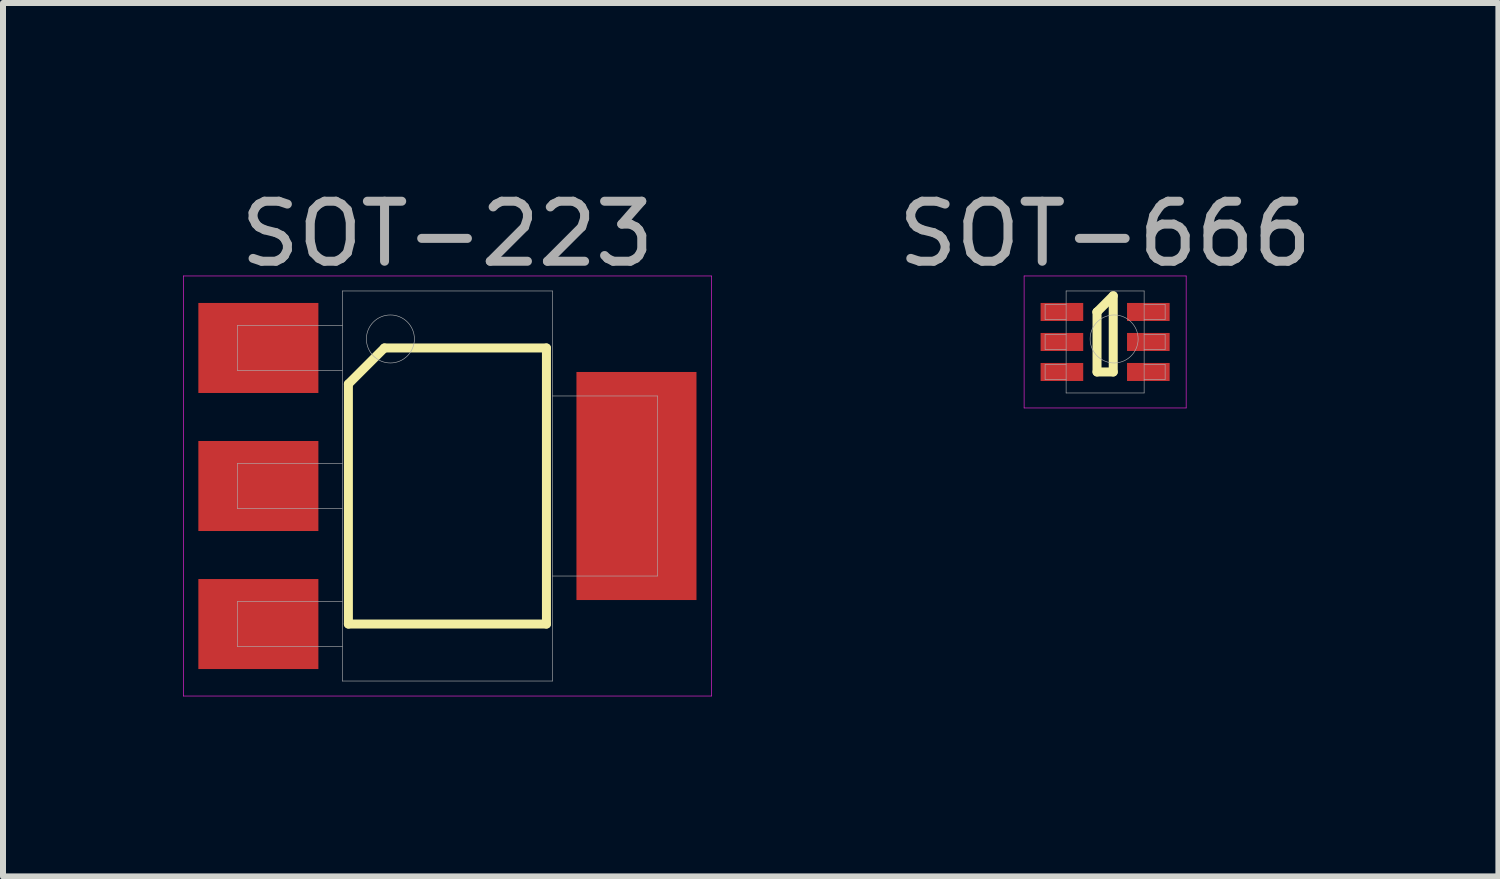
<source format=kicad_pcb>
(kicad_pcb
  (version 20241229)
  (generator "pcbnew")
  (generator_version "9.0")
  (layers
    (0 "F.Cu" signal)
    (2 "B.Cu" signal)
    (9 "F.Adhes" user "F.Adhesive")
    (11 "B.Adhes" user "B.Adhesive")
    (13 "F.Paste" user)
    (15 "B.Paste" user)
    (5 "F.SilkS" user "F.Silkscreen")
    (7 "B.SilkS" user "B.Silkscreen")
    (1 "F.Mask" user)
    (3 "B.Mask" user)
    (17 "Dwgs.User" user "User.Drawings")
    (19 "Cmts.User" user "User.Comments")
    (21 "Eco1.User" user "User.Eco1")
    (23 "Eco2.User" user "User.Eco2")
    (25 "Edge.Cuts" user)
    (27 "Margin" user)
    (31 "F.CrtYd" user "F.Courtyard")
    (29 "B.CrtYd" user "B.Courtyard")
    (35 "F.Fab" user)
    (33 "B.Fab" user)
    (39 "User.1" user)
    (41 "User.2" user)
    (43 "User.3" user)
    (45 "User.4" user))
  (footprint "SOT-223"
    (layer "F.Cu")
    (at 4.405 5.048)
    (property "Reference" "SOT-223" (at 0 -4.2 0) (layer "F.Fab") (effects (font (size 1 1) (thickness 0.15))))
    (attr through_hole)
    (fp_line (start -1.65 -1.7) (end -1.05 -2.3) (stroke (width 0.15) (type solid)) (layer "F.SilkS"))
    (fp_line (start -1.65 2.3) (end -1.65 -1.7) (stroke (width 0.15) (type solid)) (layer "F.SilkS"))
    (fp_line (start -1.05 -2.3) (end 1.65 -2.3) (stroke (width 0.15) (type solid)) (layer "F.SilkS"))
    (fp_line (start 1.65 -2.3) (end 1.65 2.3) (stroke (width 0.15) (type solid)) (layer "F.SilkS"))
    (fp_line (start 1.65 2.3) (end -1.65 2.3) (stroke (width 0.15) (type solid)) (layer "F.SilkS"))
    (fp_line (start -4.4 -3.5) (end 4.4 -3.5) (stroke (width 0.01) (type solid)) (layer "F.CrtYd"))
    (fp_line (start -4.4 3.5) (end -4.4 -3.5) (stroke (width 0.01) (type solid)) (layer "F.CrtYd"))
    (fp_line (start 4.4 -3.5) (end 4.4 3.5) (stroke (width 0.01) (type solid)) (layer "F.CrtYd"))
    (fp_line (start 4.4 3.5) (end -4.4 3.5) (stroke (width 0.01) (type solid)) (layer "F.CrtYd"))
    (fp_line (start -3.5 -2.675) (end -1.75 -2.675) (stroke (width 0.01) (type solid)) (layer "F.Fab"))
    (fp_line (start -3.5 -1.925) (end -3.5 -2.675) (stroke (width 0.01) (type solid)) (layer "F.Fab"))
    (fp_line (start -3.5 -0.375) (end -1.75 -0.375) (stroke (width 0.01) (type solid)) (layer "F.Fab"))
    (fp_line (start -3.5 0.375) (end -3.5 -0.375) (stroke (width 0.01) (type solid)) (layer "F.Fab"))
    (fp_line (start -3.5 1.925) (end -1.75 1.925) (stroke (width 0.01) (type solid)) (layer "F.Fab"))
    (fp_line (start -3.5 2.675) (end -3.5 1.925) (stroke (width 0.01) (type solid)) (layer "F.Fab"))
    (fp_line (start -1.75 -3.25) (end 1.75 -3.25) (stroke (width 0.01) (type solid)) (layer "F.Fab"))
    (fp_line (start -1.75 -1.925) (end -3.5 -1.925) (stroke (width 0.01) (type solid)) (layer "F.Fab"))
    (fp_line (start -1.75 0.375) (end -3.5 0.375) (stroke (width 0.01) (type solid)) (layer "F.Fab"))
    (fp_line (start -1.75 2.675) (end -3.5 2.675) (stroke (width 0.01) (type solid)) (layer "F.Fab"))
    (fp_line (start -1.75 3.25) (end -1.75 -3.25) (stroke (width 0.01) (type solid)) (layer "F.Fab"))
    (fp_line (start 1.75 -3.25) (end 1.75 3.25) (stroke (width 0.01) (type solid)) (layer "F.Fab"))
    (fp_line (start 1.75 -1.5) (end 3.5 -1.5) (stroke (width 0.01) (type solid)) (layer "F.Fab"))
    (fp_line (start 1.75 3.25) (end -1.75 3.25) (stroke (width 0.01) (type solid)) (layer "F.Fab"))
    (fp_line (start 3.5 -1.5) (end 3.5 1.5) (stroke (width 0.01) (type solid)) (layer "F.Fab"))
    (fp_line (start 3.5 1.5) (end 1.75 1.5) (stroke (width 0.01) (type solid)) (layer "F.Fab"))
    (fp_circle (center -0.95 -2.45) (end -0.95 -2.05) (stroke (width 0.01) (type solid)) (fill no) (layer "F.Fab"))
    (pad "1" smd rect (at -3.15 -2.3) (size 2 1.5) (layers "F.Cu" "F.Mask" "F.Paste"))
    (pad "2" smd rect (at -3.15 0) (size 2 1.5) (layers "F.Cu" "F.Mask" "F.Paste"))
    (pad "3" smd rect (at -3.15 2.3) (size 2 1.5) (layers "F.Cu" "F.Mask" "F.Paste"))
    (pad "4" smd rect (at 3.15 0) (size 2 3.8) (layers "F.Cu" "F.Mask" "F.Paste")))
  (footprint "SOT-666"
    (layer "F.Cu")
    (at 15.364 2.648)
    (property "Reference" "SOT-666" (at 0 -1.8 0) (layer "F.Fab") (effects (font (size 1 1) (thickness 0.15))))
    (attr smd)
    (fp_line (start -0.135 -0.5) (end -0.135 -0.5) (stroke (width 0.15) (type solid)) (layer "F.SilkS"))
    (fp_line (start -0.135 -0.5) (end -0.135 0.5) (stroke (width 0.15) (type solid)) (layer "F.SilkS"))
    (fp_line (start -0.135 0.5) (end 0.135 0.5) (stroke (width 0.15) (type solid)) (layer "F.SilkS"))
    (fp_line (start 0.135 -0.77) (end -0.135 -0.5) (stroke (width 0.15) (type solid)) (layer "F.SilkS"))
    (fp_line (start 0.135 0.5) (end 0.135 -0.77) (stroke (width 0.15) (type solid)) (layer "F.SilkS"))
    (fp_line (start -1.35 -1.1) (end 1.35 -1.1) (stroke (width 0.01) (type solid)) (layer "F.CrtYd"))
    (fp_line (start -1.35 1.1) (end -1.35 -1.1) (stroke (width 0.01) (type solid)) (layer "F.CrtYd"))
    (fp_line (start 1.35 -1.1) (end 1.35 1.1) (stroke (width 0.01) (type solid)) (layer "F.CrtYd"))
    (fp_line (start 1.35 1.1) (end -1.35 1.1) (stroke (width 0.01) (type solid)) (layer "F.CrtYd"))
    (fp_line (start -1 -0.625) (end -0.65 -0.625) (stroke (width 0.01) (type solid)) (layer "F.Fab"))
    (fp_line (start -1 -0.375) (end -1 -0.625) (stroke (width 0.01) (type solid)) (layer "F.Fab"))
    (fp_line (start -1 -0.125) (end -0.65 -0.125) (stroke (width 0.01) (type solid)) (layer "F.Fab"))
    (fp_line (start -1 0.125) (end -1 -0.125) (stroke (width 0.01) (type solid)) (layer "F.Fab"))
    (fp_line (start -1 0.375) (end -0.65 0.375) (stroke (width 0.01) (type solid)) (layer "F.Fab"))
    (fp_line (start -1 0.625) (end -1 0.375) (stroke (width 0.01) (type solid)) (layer "F.Fab"))
    (fp_line (start -0.65 -0.85) (end 0.65 -0.85) (stroke (width 0.01) (type solid)) (layer "F.Fab"))
    (fp_line (start -0.65 -0.375) (end -1 -0.375) (stroke (width 0.01) (type solid)) (layer "F.Fab"))
    (fp_line (start -0.65 0.125) (end -1 0.125) (stroke (width 0.01) (type solid)) (layer "F.Fab"))
    (fp_line (start -0.65 0.625) (end -1 0.625) (stroke (width 0.01) (type solid)) (layer "F.Fab"))
    (fp_line (start -0.65 0.85) (end -0.65 -0.85) (stroke (width 0.01) (type solid)) (layer "F.Fab"))
    (fp_line (start 0.65 -0.85) (end 0.65 0.85) (stroke (width 0.01) (type solid)) (layer "F.Fab"))
    (fp_line (start 0.65 -0.625) (end 1 -0.625) (stroke (width 0.01) (type solid)) (layer "F.Fab"))
    (fp_line (start 0.65 -0.125) (end 1 -0.125) (stroke (width 0.01) (type solid)) (layer "F.Fab"))
    (fp_line (start 0.65 0.375) (end 1 0.375) (stroke (width 0.01) (type solid)) (layer "F.Fab"))
    (fp_line (start 0.65 0.85) (end -0.65 0.85) (stroke (width 0.01) (type solid)) (layer "F.Fab"))
    (fp_line (start 1 -0.625) (end 1 -0.375) (stroke (width 0.01) (type solid)) (layer "F.Fab"))
    (fp_line (start 1 -0.375) (end 0.65 -0.375) (stroke (width 0.01) (type solid)) (layer "F.Fab"))
    (fp_line (start 1 -0.125) (end 1 0.125) (stroke (width 0.01) (type solid)) (layer "F.Fab"))
    (fp_line (start 1 0.125) (end 0.65 0.125) (stroke (width 0.01) (type solid)) (layer "F.Fab"))
    (fp_line (start 1 0.375) (end 1 0.625) (stroke (width 0.01) (type solid)) (layer "F.Fab"))
    (fp_line (start 1 0.625) (end 0.65 0.625) (stroke (width 0.01) (type solid)) (layer "F.Fab"))
    (fp_circle (center 0.15 -0.05) (end 0.15 0.35) (stroke (width 0.01) (type solid)) (fill no) (layer "F.Fab"))
    (pad "1" smd rect (at -0.72 -0.5) (size 0.71 0.3) (layers "F.Cu" "F.Mask" "F.Paste"))
    (pad "2" smd rect (at -0.72 0) (size 0.71 0.3) (layers "F.Cu" "F.Mask" "F.Paste"))
    (pad "3" smd rect (at -0.72 0.5) (size 0.71 0.3) (layers "F.Cu" "F.Mask" "F.Paste"))
    (pad "4" smd rect (at 0.72 0.5) (size 0.71 0.3) (layers "F.Cu" "F.Mask" "F.Paste"))
    (pad "5" smd rect (at 0.72 0) (size 0.71 0.3) (layers "F.Cu" "F.Mask" "F.Paste"))
    (pad "6" smd rect (at 0.72 -0.5) (size 0.71 0.3) (layers "F.Cu" "F.Mask" "F.Paste")))
  (gr_rect
    (start -3 -3)
    (end 21.917 11.553)
    (stroke (width 0.1) (type default))
    (fill no)
    (layer "Edge.Cuts")))
</source>
